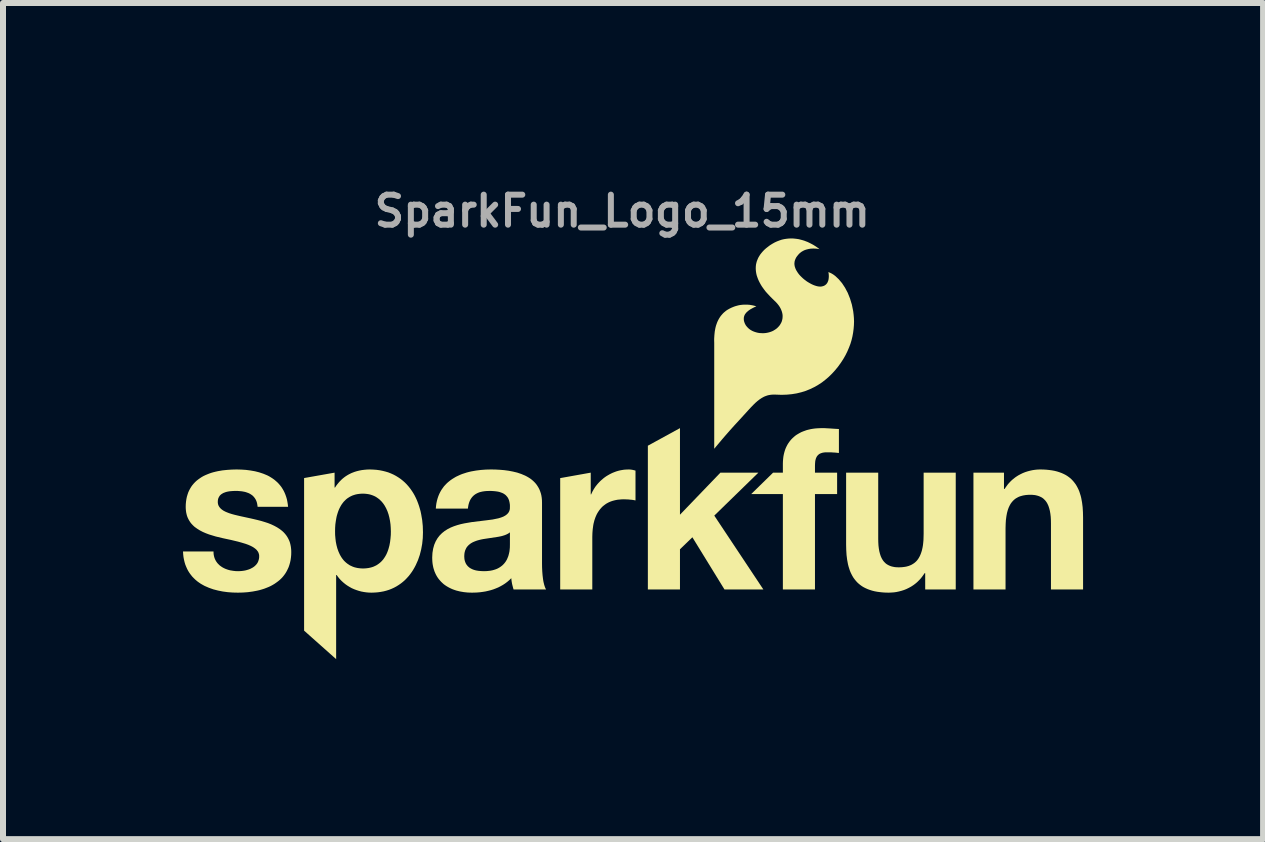
<source format=kicad_pcb>
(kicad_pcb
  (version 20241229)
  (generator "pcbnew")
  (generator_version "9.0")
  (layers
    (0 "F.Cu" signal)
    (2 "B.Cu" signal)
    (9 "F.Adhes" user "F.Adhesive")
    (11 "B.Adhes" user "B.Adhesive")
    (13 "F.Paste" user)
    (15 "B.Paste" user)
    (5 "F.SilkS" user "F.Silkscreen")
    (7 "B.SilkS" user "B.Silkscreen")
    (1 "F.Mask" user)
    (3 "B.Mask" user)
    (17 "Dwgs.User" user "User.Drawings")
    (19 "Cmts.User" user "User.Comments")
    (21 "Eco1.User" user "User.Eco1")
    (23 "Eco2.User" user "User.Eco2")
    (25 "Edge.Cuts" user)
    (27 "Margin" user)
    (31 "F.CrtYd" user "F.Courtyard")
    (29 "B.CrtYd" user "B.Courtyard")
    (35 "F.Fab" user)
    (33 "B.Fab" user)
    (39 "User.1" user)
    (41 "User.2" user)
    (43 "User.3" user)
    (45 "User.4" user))
  (footprint "SparkFun_Logo_15mm"
    (layer "F.Cu")
    (at 7.321 5.792)
    (property "Reference" "SparkFun_Logo_15mm" (at 0 -5.324 0) (layer "F.Fab") (effects (font (size 0.5 0.5) (thickness 0.1))))
    (attr board_only exclude_from_pos_files exclude_from_bom)
    (fp_poly (pts (xy 0.961 -0.264) (xy 1.635 -0.965) (xy 2.268 -0.965) (xy 1.533 -0.249) (xy 2.351 0.982) (xy 1.703 0.982) (xy 1.168 0.112) (xy 0.961 0.312) (xy 0.961 0.982) (xy 0.426 0.982) (xy 0.426 -1.414) (xy 0.961 -1.707)) (stroke (width 0) (type solid)) (fill yes) (layer "F.SilkS"))
    (fp_poly (pts (xy 0.11 -1.018) (xy 0.118 -1.018) (xy 0.126 -1.017) (xy 0.133 -1.017) (xy 0.148 -1.015) (xy 0.163 -1.013) (xy 0.177 -1.01) (xy 0.191 -1.007) (xy 0.206 -1.003) (xy 0.22 -0.999) (xy 0.22 -0.502) (xy 0.2 -0.506) (xy 0.178 -0.51) (xy 0.154 -0.513) (xy 0.129 -0.515) (xy 0.104 -0.518) (xy 0.078 -0.519) (xy 0.052 -0.52) (xy 0.027 -0.521) (xy -0.009 -0.52) (xy -0.044 -0.517) (xy -0.077 -0.514) (xy -0.109 -0.508) (xy -0.139 -0.501) (xy -0.168 -0.493) (xy -0.196 -0.483) (xy -0.222 -0.472) (xy -0.247 -0.459) (xy -0.27 -0.446) (xy -0.292 -0.43) (xy -0.313 -0.414) (xy -0.333 -0.397) (xy -0.351 -0.378) (xy -0.368 -0.359) (xy -0.384 -0.338) (xy -0.399 -0.316) (xy -0.413 -0.294) (xy -0.426 -0.27) (xy -0.437 -0.246) (xy -0.448 -0.22) (xy -0.457 -0.194) (xy -0.466 -0.167) (xy -0.473 -0.139) (xy -0.48 -0.111) (xy -0.485 -0.082) (xy -0.493 -0.022) (xy -0.498 0.04) (xy -0.5 0.105) (xy -0.5 0.982) (xy -1.035 0.982) (xy -1.035 -0.874) (xy -0.526 -0.965) (xy -0.526 -0.603) (xy -0.519 -0.603) (xy -0.509 -0.626) (xy -0.498 -0.649) (xy -0.486 -0.67) (xy -0.474 -0.692) (xy -0.461 -0.712) (xy -0.447 -0.733) (xy -0.432 -0.752) (xy -0.416 -0.772) (xy -0.4 -0.79) (xy -0.383 -0.808) (xy -0.366 -0.826) (xy -0.348 -0.842) (xy -0.329 -0.858) (xy -0.31 -0.874) (xy -0.29 -0.889) (xy -0.27 -0.903) (xy -0.249 -0.916) (xy -0.228 -0.928) (xy -0.207 -0.94) (xy -0.185 -0.951) (xy -0.162 -0.962) (xy -0.139 -0.971) (xy -0.116 -0.98) (xy -0.093 -0.988) (xy -0.069 -0.995) (xy -0.045 -1.001) (xy -0.021 -1.006) (xy 0.003 -1.01) (xy 0.028 -1.014) (xy 0.053 -1.016) (xy 0.078 -1.017) (xy 0.103 -1.018)) (stroke (width 0) (type solid)) (fill yes) (layer "F.SilkS"))
    (fp_poly (pts (xy 3.363 -1.707) (xy 3.399 -1.705) (xy 3.435 -1.703) (xy 3.47 -1.701) (xy 3.541 -1.696) (xy 3.576 -1.694) (xy 3.61 -1.692) (xy 3.61 -1.293) (xy 3.586 -1.295) (xy 3.562 -1.298) (xy 3.537 -1.3) (xy 3.512 -1.301) (xy 3.488 -1.303) (xy 3.463 -1.304) (xy 3.439 -1.304) (xy 3.415 -1.304) (xy 3.388 -1.304) (xy 3.376 -1.303) (xy 3.364 -1.301) (xy 3.352 -1.3) (xy 3.341 -1.298) (xy 3.331 -1.295) (xy 3.321 -1.292) (xy 3.311 -1.289) (xy 3.302 -1.285) (xy 3.294 -1.281) (xy 3.285 -1.277) (xy 3.278 -1.272) (xy 3.271 -1.266) (xy 3.264 -1.26) (xy 3.258 -1.254) (xy 3.252 -1.247) (xy 3.246 -1.24) (xy 3.241 -1.232) (xy 3.237 -1.223) (xy 3.232 -1.215) (xy 3.228 -1.205) (xy 3.225 -1.195) (xy 3.222 -1.185) (xy 3.219 -1.174) (xy 3.217 -1.163) (xy 3.215 -1.151) (xy 3.214 -1.138) (xy 3.212 -1.111) (xy 3.211 -1.082) (xy 3.211 -0.965) (xy 3.58 -0.965) (xy 3.58 -0.608) (xy 3.211 -0.608) (xy 3.211 0.982) (xy 2.676 0.982) (xy 2.676 -0.608) (xy 2.148 -0.608) (xy 2.513 -0.965) (xy 2.676 -0.965) (xy 2.676 -1.116) (xy 2.677 -1.148) (xy 2.679 -1.179) (xy 2.682 -1.21) (xy 2.686 -1.24) (xy 2.692 -1.27) (xy 2.699 -1.299) (xy 2.707 -1.327) (xy 2.716 -1.354) (xy 2.727 -1.381) (xy 2.739 -1.406) (xy 2.752 -1.431) (xy 2.767 -1.455) (xy 2.783 -1.478) (xy 2.8 -1.5) (xy 2.818 -1.521) (xy 2.838 -1.541) (xy 2.859 -1.56) (xy 2.881 -1.579) (xy 2.905 -1.596) (xy 2.93 -1.611) (xy 2.956 -1.626) (xy 2.983 -1.64) (xy 3.012 -1.652) (xy 3.042 -1.663) (xy 3.073 -1.674) (xy 3.105 -1.682) (xy 3.139 -1.69) (xy 3.174 -1.696) (xy 3.211 -1.701) (xy 3.248 -1.704) (xy 3.287 -1.706) (xy 3.328 -1.707)) (stroke (width 0) (type solid)) (fill yes) (layer "F.SilkS"))
    (fp_poly (pts (xy 4.265 0.134) (xy 4.266 0.193) (xy 4.269 0.247) (xy 4.275 0.298) (xy 4.283 0.344) (xy 4.294 0.387) (xy 4.307 0.427) (xy 4.315 0.445) (xy 4.323 0.462) (xy 4.332 0.478) (xy 4.342 0.494) (xy 4.352 0.508) (xy 4.364 0.522) (xy 4.376 0.534) (xy 4.388 0.546) (xy 4.402 0.557) (xy 4.416 0.566) (xy 4.432 0.575) (xy 4.448 0.583) (xy 4.465 0.59) (xy 4.482 0.596) (xy 4.501 0.601) (xy 4.52 0.605) (xy 4.541 0.609) (xy 4.562 0.611) (xy 4.584 0.612) (xy 4.607 0.613) (xy 4.634 0.612) (xy 4.66 0.611) (xy 4.685 0.608) (xy 4.709 0.605) (xy 4.732 0.601) (xy 4.754 0.595) (xy 4.775 0.589) (xy 4.795 0.581) (xy 4.814 0.573) (xy 4.832 0.563) (xy 4.85 0.552) (xy 4.866 0.541) (xy 4.882 0.528) (xy 4.897 0.514) (xy 4.911 0.499) (xy 4.924 0.482) (xy 4.936 0.465) (xy 4.947 0.446) (xy 4.958 0.426) (xy 4.967 0.406) (xy 4.976 0.383) (xy 4.984 0.36) (xy 4.992 0.335) (xy 4.998 0.309) (xy 5.004 0.282) (xy 5.009 0.254) (xy 5.013 0.224) (xy 5.016 0.193) (xy 5.019 0.161) (xy 5.02 0.127) (xy 5.022 0.055) (xy 5.022 -0.965) (xy 5.557 -0.965) (xy 5.557 0.982) (xy 5.048 0.982) (xy 5.048 0.711) (xy 5.037 0.711) (xy 5.024 0.731) (xy 5.01 0.751) (xy 4.996 0.77) (xy 4.982 0.788) (xy 4.967 0.806) (xy 4.951 0.823) (xy 4.935 0.839) (xy 4.919 0.855) (xy 4.902 0.87) (xy 4.885 0.884) (xy 4.867 0.898) (xy 4.849 0.911) (xy 4.812 0.935) (xy 4.773 0.956) (xy 4.734 0.975) (xy 4.694 0.991) (xy 4.653 1.004) (xy 4.611 1.015) (xy 4.569 1.024) (xy 4.527 1.03) (xy 4.484 1.033) (xy 4.442 1.035) (xy 4.39 1.034) (xy 4.34 1.031) (xy 4.293 1.026) (xy 4.248 1.02) (xy 4.205 1.012) (xy 4.165 1.002) (xy 4.127 0.99) (xy 4.091 0.977) (xy 4.057 0.962) (xy 4.025 0.946) (xy 3.995 0.928) (xy 3.967 0.908) (xy 3.941 0.887) (xy 3.916 0.864) (xy 3.894 0.84) (xy 3.873 0.814) (xy 3.853 0.787) (xy 3.836 0.759) (xy 3.82 0.729) (xy 3.805 0.698) (xy 3.792 0.666) (xy 3.781 0.632) (xy 3.77 0.597) (xy 3.761 0.561) (xy 3.747 0.486) (xy 3.737 0.406) (xy 3.732 0.321) (xy 3.73 0.233) (xy 3.73 -0.965) (xy 4.265 -0.965)) (stroke (width 0) (type solid)) (fill yes) (layer "F.SilkS"))
    (fp_poly (pts (xy 7.019 -1.017) (xy 7.069 -1.014) (xy 7.116 -1.009) (xy 7.161 -1.003) (xy 7.204 -0.995) (xy 7.244 -0.985) (xy 7.282 -0.973) (xy 7.318 -0.96) (xy 7.352 -0.945) (xy 7.384 -0.929) (xy 7.414 -0.911) (xy 7.442 -0.891) (xy 7.469 -0.87) (xy 7.493 -0.847) (xy 7.515 -0.823) (xy 7.536 -0.797) (xy 7.556 -0.77) (xy 7.573 -0.742) (xy 7.589 -0.712) (xy 7.604 -0.681) (xy 7.617 -0.649) (xy 7.628 -0.615) (xy 7.639 -0.58) (xy 7.648 -0.544) (xy 7.662 -0.469) (xy 7.672 -0.389) (xy 7.677 -0.304) (xy 7.679 -0.216) (xy 7.679 0.982) (xy 7.144 0.982) (xy 7.144 -0.118) (xy 7.143 -0.176) (xy 7.14 -0.23) (xy 7.134 -0.281) (xy 7.126 -0.327) (xy 7.115 -0.37) (xy 7.102 -0.41) (xy 7.094 -0.428) (xy 7.086 -0.445) (xy 7.077 -0.462) (xy 7.067 -0.477) (xy 7.057 -0.491) (xy 7.045 -0.505) (xy 7.033 -0.517) (xy 7.021 -0.529) (xy 7.007 -0.54) (xy 6.993 -0.55) (xy 6.977 -0.558) (xy 6.961 -0.566) (xy 6.944 -0.573) (xy 6.927 -0.579) (xy 6.908 -0.584) (xy 6.888 -0.589) (xy 6.868 -0.592) (xy 6.847 -0.594) (xy 6.824 -0.596) (xy 6.801 -0.596) (xy 6.775 -0.596) (xy 6.749 -0.594) (xy 6.724 -0.592) (xy 6.7 -0.588) (xy 6.677 -0.584) (xy 6.655 -0.578) (xy 6.634 -0.572) (xy 6.614 -0.565) (xy 6.595 -0.556) (xy 6.577 -0.546) (xy 6.559 -0.536) (xy 6.543 -0.524) (xy 6.527 -0.511) (xy 6.513 -0.497) (xy 6.499 -0.482) (xy 6.486 -0.466) (xy 6.473 -0.448) (xy 6.462 -0.429) (xy 6.452 -0.41) (xy 6.442 -0.389) (xy 6.433 -0.366) (xy 6.425 -0.343) (xy 6.418 -0.318) (xy 6.411 -0.292) (xy 6.406 -0.265) (xy 6.401 -0.237) (xy 6.397 -0.207) (xy 6.393 -0.176) (xy 6.391 -0.144) (xy 6.389 -0.11) (xy 6.387 -0.038) (xy 6.387 0.982) (xy 5.852 0.982) (xy 5.852 -0.965) (xy 6.361 -0.965) (xy 6.361 -0.694) (xy 6.372 -0.694) (xy 6.385 -0.714) (xy 6.399 -0.734) (xy 6.413 -0.753) (xy 6.427 -0.772) (xy 6.442 -0.789) (xy 6.458 -0.806) (xy 6.474 -0.823) (xy 6.49 -0.838) (xy 6.507 -0.853) (xy 6.525 -0.867) (xy 6.542 -0.881) (xy 6.56 -0.894) (xy 6.597 -0.918) (xy 6.636 -0.939) (xy 6.675 -0.958) (xy 6.715 -0.974) (xy 6.756 -0.987) (xy 6.798 -0.998) (xy 6.84 -1.007) (xy 6.882 -1.013) (xy 6.925 -1.017) (xy 6.967 -1.018)) (stroke (width 0) (type solid)) (fill yes) (layer "F.SilkS"))
    (fp_poly (pts (xy -4.151 -1.016) (xy -4.097 -1.012) (xy -4.044 -1.005) (xy -3.994 -0.995) (xy -3.946 -0.983) (xy -3.899 -0.969) (xy -3.854 -0.951) (xy -3.812 -0.932) (xy -3.771 -0.91) (xy -3.732 -0.886) (xy -3.694 -0.86) (xy -3.659 -0.832) (xy -3.626 -0.803) (xy -3.594 -0.771) (xy -3.564 -0.737) (xy -3.536 -0.702) (xy -3.51 -0.665) (xy -3.485 -0.627) (xy -3.462 -0.587) (xy -3.441 -0.545) (xy -3.422 -0.503) (xy -3.405 -0.459) (xy -3.389 -0.414) (xy -3.375 -0.368) (xy -3.362 -0.321) (xy -3.352 -0.273) (xy -3.335 -0.175) (xy -3.325 -0.074) (xy -3.322 0.029) (xy -3.325 0.126) (xy -3.335 0.222) (xy -3.352 0.315) (xy -3.375 0.406) (xy -3.405 0.493) (xy -3.442 0.576) (xy -3.463 0.616) (xy -3.485 0.654) (xy -3.509 0.691) (xy -3.535 0.727) (xy -3.562 0.761) (xy -3.592 0.794) (xy -3.622 0.825) (xy -3.655 0.854) (xy -3.689 0.881) (xy -3.725 0.906) (xy -3.763 0.93) (xy -3.802 0.951) (xy -3.843 0.97) (xy -3.886 0.987) (xy -3.93 1.001) (xy -3.976 1.013) (xy -4.024 1.022) (xy -4.073 1.029) (xy -4.124 1.033) (xy -4.177 1.035) (xy -4.221 1.034) (xy -4.265 1.03) (xy -4.308 1.024) (xy -4.35 1.016) (xy -4.391 1.005) (xy -4.431 0.992) (xy -4.471 0.977) (xy -4.509 0.96) (xy -4.545 0.94) (xy -4.581 0.918) (xy -4.615 0.894) (xy -4.647 0.868) (xy -4.678 0.84) (xy -4.708 0.809) (xy -4.735 0.776) (xy -4.761 0.741) (xy -4.769 0.741) (xy -4.769 2.143) (xy -5.303 1.668) (xy -5.303 0.014) (xy -4.787 0.014) (xy -4.786 0.073) (xy -4.781 0.131) (xy -4.774 0.189) (xy -4.763 0.244) (xy -4.749 0.297) (xy -4.731 0.348) (xy -4.709 0.397) (xy -4.697 0.419) (xy -4.684 0.441) (xy -4.67 0.462) (xy -4.654 0.483) (xy -4.638 0.502) (xy -4.62 0.52) (xy -4.602 0.536) (xy -4.582 0.552) (xy -4.561 0.566) (xy -4.54 0.58) (xy -4.516 0.591) (xy -4.492 0.602) (xy -4.467 0.611) (xy -4.44 0.618) (xy -4.412 0.624) (xy -4.383 0.628) (xy -4.352 0.631) (xy -4.32 0.632) (xy -4.288 0.631) (xy -4.257 0.628) (xy -4.228 0.624) (xy -4.2 0.618) (xy -4.173 0.611) (xy -4.147 0.602) (xy -4.123 0.591) (xy -4.1 0.58) (xy -4.078 0.566) (xy -4.058 0.552) (xy -4.038 0.536) (xy -4.02 0.52) (xy -4.003 0.502) (xy -3.986 0.483) (xy -3.971 0.462) (xy -3.957 0.441) (xy -3.944 0.419) (xy -3.932 0.397) (xy -3.921 0.373) (xy -3.911 0.348) (xy -3.902 0.323) (xy -3.894 0.297) (xy -3.887 0.271) (xy -3.88 0.244) (xy -3.87 0.189) (xy -3.863 0.131) (xy -3.858 0.073) (xy -3.857 0.014) (xy -3.859 -0.044) (xy -3.863 -0.103) (xy -3.871 -0.16) (xy -3.882 -0.216) (xy -3.896 -0.27) (xy -3.914 -0.322) (xy -3.936 -0.371) (xy -3.949 -0.395) (xy -3.962 -0.418) (xy -3.976 -0.439) (xy -3.992 -0.46) (xy -4.008 -0.48) (xy -4.026 -0.498) (xy -4.044 -0.516) (xy -4.064 -0.532) (xy -4.085 -0.547) (xy -4.106 -0.561) (xy -4.129 -0.573) (xy -4.154 -0.584) (xy -4.179 -0.593) (xy -4.205 -0.601) (xy -4.233 -0.607) (xy -4.262 -0.611) (xy -4.292 -0.614) (xy -4.324 -0.615) (xy -4.356 -0.614) (xy -4.387 -0.611) (xy -4.416 -0.607) (xy -4.444 -0.601) (xy -4.471 -0.593) (xy -4.497 -0.584) (xy -4.521 -0.573) (xy -4.544 -0.561) (xy -4.566 -0.547) (xy -4.587 -0.533) (xy -4.606 -0.517) (xy -4.624 -0.499) (xy -4.642 -0.481) (xy -4.658 -0.461) (xy -4.673 -0.441) (xy -4.687 -0.419) (xy -4.7 -0.396) (xy -4.712 -0.373) (xy -4.723 -0.349) (xy -4.733 -0.324) (xy -4.742 -0.298) (xy -4.75 -0.272) (xy -4.758 -0.245) (xy -4.764 -0.218) (xy -4.774 -0.161) (xy -4.782 -0.104) (xy -4.786 -0.045) (xy -4.787 0.014) (xy -5.303 0.014) (xy -5.303 -0.875) (xy -4.795 -0.965) (xy -4.795 -0.717) (xy -4.787 -0.717) (xy -4.775 -0.736) (xy -4.762 -0.755) (xy -4.748 -0.773) (xy -4.734 -0.79) (xy -4.72 -0.807) (xy -4.705 -0.823) (xy -4.69 -0.838) (xy -4.675 -0.853) (xy -4.659 -0.867) (xy -4.643 -0.88) (xy -4.626 -0.893) (xy -4.609 -0.905) (xy -4.592 -0.916) (xy -4.574 -0.927) (xy -4.556 -0.937) (xy -4.538 -0.946) (xy -4.52 -0.955) (xy -4.501 -0.963) (xy -4.462 -0.978) (xy -4.422 -0.99) (xy -4.381 -1) (xy -4.339 -1.008) (xy -4.296 -1.013) (xy -4.252 -1.017) (xy -4.207 -1.018)) (stroke (width 0) (type solid)) (fill yes) (layer "F.SilkS"))
    (fp_poly (pts (xy -2.119 -1.017) (xy -2.045 -1.013) (xy -1.97 -1.007) (xy -1.896 -0.997) (xy -1.823 -0.983) (xy -1.752 -0.966) (xy -1.684 -0.943) (xy -1.62 -0.916) (xy -1.589 -0.9) (xy -1.56 -0.883) (xy -1.532 -0.865) (xy -1.506 -0.845) (xy -1.481 -0.823) (xy -1.458 -0.8) (xy -1.436 -0.775) (xy -1.417 -0.748) (xy -1.399 -0.719) (xy -1.383 -0.689) (xy -1.37 -0.657) (xy -1.358 -0.622) (xy -1.349 -0.586) (xy -1.343 -0.548) (xy -1.339 -0.507) (xy -1.338 -0.464) (xy -1.338 0.549) (xy -1.337 0.615) (xy -1.334 0.68) (xy -1.329 0.743) (xy -1.322 0.802) (xy -1.318 0.83) (xy -1.313 0.857) (xy -1.307 0.882) (xy -1.301 0.906) (xy -1.294 0.928) (xy -1.287 0.948) (xy -1.279 0.966) (xy -1.27 0.982) (xy -1.812 0.982) (xy -1.819 0.959) (xy -1.825 0.936) (xy -1.831 0.913) (xy -1.837 0.889) (xy -1.841 0.866) (xy -1.845 0.842) (xy -1.848 0.818) (xy -1.85 0.794) (xy -1.883 0.826) (xy -1.917 0.855) (xy -1.953 0.882) (xy -1.99 0.906) (xy -2.029 0.928) (xy -2.068 0.948) (xy -2.109 0.965) (xy -2.151 0.981) (xy -2.193 0.994) (xy -2.237 1.005) (xy -2.281 1.015) (xy -2.325 1.022) (xy -2.37 1.028) (xy -2.415 1.032) (xy -2.46 1.034) (xy -2.506 1.035) (xy -2.574 1.033) (xy -2.641 1.026) (xy -2.705 1.015) (xy -2.766 1) (xy -2.796 0.99) (xy -2.824 0.98) (xy -2.852 0.968) (xy -2.879 0.955) (xy -2.905 0.941) (xy -2.93 0.926) (xy -2.954 0.91) (xy -2.977 0.893) (xy -2.998 0.874) (xy -3.019 0.854) (xy -3.038 0.833) (xy -3.057 0.811) (xy -3.074 0.788) (xy -3.09 0.763) (xy -3.104 0.738) (xy -3.117 0.711) (xy -3.129 0.683) (xy -3.139 0.653) (xy -3.148 0.623) (xy -3.155 0.591) (xy -3.161 0.558) (xy -3.165 0.523) (xy -3.167 0.488) (xy -3.168 0.451) (xy -3.167 0.429) (xy -2.634 0.429) (xy -2.633 0.446) (xy -2.632 0.464) (xy -2.63 0.48) (xy -2.627 0.495) (xy -2.623 0.51) (xy -2.618 0.524) (xy -2.613 0.537) (xy -2.607 0.55) (xy -2.6 0.562) (xy -2.592 0.573) (xy -2.584 0.583) (xy -2.576 0.593) (xy -2.566 0.602) (xy -2.556 0.611) (xy -2.546 0.619) (xy -2.535 0.626) (xy -2.523 0.633) (xy -2.511 0.639) (xy -2.499 0.645) (xy -2.486 0.65) (xy -2.472 0.655) (xy -2.459 0.659) (xy -2.444 0.663) (xy -2.43 0.666) (xy -2.4 0.671) (xy -2.369 0.674) (xy -2.338 0.676) (xy -2.305 0.677) (xy -2.267 0.676) (xy -2.232 0.673) (xy -2.198 0.669) (xy -2.167 0.663) (xy -2.138 0.655) (xy -2.11 0.646) (xy -2.085 0.636) (xy -2.062 0.624) (xy -2.04 0.611) (xy -2.02 0.597) (xy -2.002 0.583) (xy -1.985 0.567) (xy -1.97 0.551) (xy -1.956 0.534) (xy -1.943 0.516) (xy -1.932 0.498) (xy -1.922 0.48) (xy -1.914 0.461) (xy -1.906 0.442) (xy -1.899 0.424) (xy -1.889 0.386) (xy -1.881 0.35) (xy -1.877 0.315) (xy -1.874 0.283) (xy -1.873 0.229) (xy -1.873 0.029) (xy -1.881 0.036) (xy -1.891 0.043) (xy -1.901 0.05) (xy -1.911 0.055) (xy -1.933 0.066) (xy -1.957 0.076) (xy -1.982 0.084) (xy -2.009 0.092) (xy -2.037 0.098) (xy -2.067 0.104) (xy -2.317 0.142) (xy -2.348 0.148) (xy -2.378 0.155) (xy -2.408 0.163) (xy -2.436 0.172) (xy -2.464 0.183) (xy -2.49 0.194) (xy -2.515 0.208) (xy -2.526 0.215) (xy -2.537 0.223) (xy -2.548 0.232) (xy -2.558 0.24) (xy -2.568 0.25) (xy -2.577 0.26) (xy -2.586 0.27) (xy -2.594 0.281) (xy -2.601 0.293) (xy -2.607 0.305) (xy -2.613 0.318) (xy -2.619 0.332) (xy -2.623 0.346) (xy -2.627 0.361) (xy -2.63 0.377) (xy -2.632 0.393) (xy -2.633 0.411) (xy -2.634 0.429) (xy -3.167 0.429) (xy -3.164 0.372) (xy -3.152 0.3) (xy -3.134 0.236) (xy -3.109 0.178) (xy -3.079 0.127) (xy -3.044 0.082) (xy -3.004 0.042) (xy -2.96 0.007) (xy -2.911 -0.024) (xy -2.86 -0.05) (xy -2.806 -0.072) (xy -2.749 -0.091) (xy -2.691 -0.107) (xy -2.631 -0.12) (xy -2.509 -0.141) (xy -2.271 -0.17) (xy -2.162 -0.184) (xy -2.065 -0.204) (xy -2.022 -0.217) (xy -1.983 -0.232) (xy -1.95 -0.25) (xy -1.922 -0.271) (xy -1.899 -0.296) (xy -1.883 -0.325) (xy -1.874 -0.358) (xy -1.873 -0.396) (xy -1.873 -0.417) (xy -1.874 -0.436) (xy -1.877 -0.455) (xy -1.88 -0.473) (xy -1.884 -0.489) (xy -1.888 -0.505) (xy -1.894 -0.519) (xy -1.9 -0.533) (xy -1.907 -0.546) (xy -1.915 -0.558) (xy -1.924 -0.569) (xy -1.933 -0.579) (xy -1.942 -0.589) (xy -1.953 -0.598) (xy -1.964 -0.606) (xy -1.975 -0.613) (xy -1.987 -0.62) (xy -2 -0.626) (xy -2.013 -0.631) (xy -2.027 -0.636) (xy -2.041 -0.641) (xy -2.055 -0.645) (xy -2.07 -0.648) (xy -2.086 -0.651) (xy -2.117 -0.655) (xy -2.15 -0.658) (xy -2.184 -0.66) (xy -2.219 -0.66) (xy -2.257 -0.659) (xy -2.293 -0.656) (xy -2.327 -0.651) (xy -2.359 -0.644) (xy -2.374 -0.64) (xy -2.389 -0.635) (xy -2.403 -0.629) (xy -2.417 -0.623) (xy -2.43 -0.616) (xy -2.443 -0.609) (xy -2.455 -0.601) (xy -2.467 -0.592) (xy -2.478 -0.583) (xy -2.488 -0.573) (xy -2.498 -0.563) (xy -2.507 -0.552) (xy -2.516 -0.54) (xy -2.524 -0.528) (xy -2.532 -0.515) (xy -2.539 -0.501) (xy -2.545 -0.487) (xy -2.551 -0.472) (xy -2.556 -0.456) (xy -2.561 -0.439) (xy -2.565 -0.422) (xy -2.568 -0.404) (xy -2.571 -0.386) (xy -2.573 -0.366) (xy -3.108 -0.366) (xy -3.104 -0.412) (xy -3.098 -0.455) (xy -3.089 -0.497) (xy -3.078 -0.537) (xy -3.065 -0.575) (xy -3.05 -0.611) (xy -3.033 -0.645) (xy -3.014 -0.678) (xy -2.993 -0.708) (xy -2.971 -0.738) (xy -2.946 -0.765) (xy -2.921 -0.791) (xy -2.893 -0.815) (xy -2.864 -0.838) (xy -2.834 -0.859) (xy -2.803 -0.878) (xy -2.771 -0.897) (xy -2.737 -0.913) (xy -2.702 -0.929) (xy -2.667 -0.943) (xy -2.63 -0.955) (xy -2.593 -0.967) (xy -2.555 -0.977) (xy -2.516 -0.986) (xy -2.437 -1) (xy -2.356 -1.01) (xy -2.275 -1.016) (xy -2.193 -1.018)) (stroke (width 0) (type solid)) (fill yes) (layer "F.SilkS"))
    (fp_poly (pts (xy -6.35 -1.016) (xy -6.272 -1.011) (xy -6.196 -1.001) (xy -6.122 -0.988) (xy -6.051 -0.97) (xy -5.982 -0.947) (xy -5.917 -0.92) (xy -5.886 -0.904) (xy -5.856 -0.886) (xy -5.828 -0.868) (xy -5.8 -0.848) (xy -5.774 -0.826) (xy -5.748 -0.803) (xy -5.725 -0.779) (xy -5.702 -0.752) (xy -5.681 -0.725) (xy -5.662 -0.695) (xy -5.644 -0.664) (xy -5.628 -0.631) (xy -5.614 -0.597) (xy -5.601 -0.56) (xy -5.59 -0.522) (xy -5.582 -0.482) (xy -5.575 -0.44) (xy -5.57 -0.396) (xy -6.078 -0.396) (xy -6.08 -0.415) (xy -6.083 -0.433) (xy -6.086 -0.451) (xy -6.09 -0.467) (xy -6.095 -0.483) (xy -6.101 -0.498) (xy -6.107 -0.512) (xy -6.115 -0.525) (xy -6.122 -0.537) (xy -6.131 -0.549) (xy -6.14 -0.56) (xy -6.15 -0.571) (xy -6.16 -0.581) (xy -6.171 -0.59) (xy -6.183 -0.598) (xy -6.195 -0.606) (xy -6.207 -0.613) (xy -6.22 -0.62) (xy -6.234 -0.626) (xy -6.248 -0.631) (xy -6.262 -0.636) (xy -6.277 -0.641) (xy -6.292 -0.645) (xy -6.308 -0.648) (xy -6.34 -0.654) (xy -6.373 -0.657) (xy -6.408 -0.66) (xy -6.444 -0.66) (xy -6.467 -0.66) (xy -6.491 -0.659) (xy -6.516 -0.657) (xy -6.541 -0.655) (xy -6.566 -0.651) (xy -6.591 -0.646) (xy -6.615 -0.639) (xy -6.638 -0.63) (xy -6.649 -0.626) (xy -6.659 -0.62) (xy -6.669 -0.614) (xy -6.679 -0.608) (xy -6.688 -0.601) (xy -6.697 -0.593) (xy -6.705 -0.585) (xy -6.712 -0.576) (xy -6.718 -0.566) (xy -6.724 -0.556) (xy -6.729 -0.545) (xy -6.734 -0.533) (xy -6.737 -0.521) (xy -6.739 -0.508) (xy -6.741 -0.494) (xy -6.741 -0.479) (xy -6.741 -0.462) (xy -6.738 -0.445) (xy -6.734 -0.429) (xy -6.728 -0.414) (xy -6.72 -0.4) (xy -6.711 -0.387) (xy -6.701 -0.375) (xy -6.689 -0.363) (xy -6.676 -0.352) (xy -6.661 -0.341) (xy -6.646 -0.331) (xy -6.629 -0.322) (xy -6.611 -0.313) (xy -6.592 -0.305) (xy -6.572 -0.297) (xy -6.551 -0.289) (xy -6.507 -0.275) (xy -6.459 -0.262) (xy -6.409 -0.25) (xy -6.357 -0.238) (xy -6.247 -0.214) (xy -6.191 -0.202) (xy -6.135 -0.189) (xy -6.076 -0.175) (xy -6.018 -0.16) (xy -5.962 -0.143) (xy -5.906 -0.125) (xy -5.853 -0.104) (xy -5.802 -0.08) (xy -5.754 -0.054) (xy -5.709 -0.025) (xy -5.688 -0.009) (xy -5.667 0.008) (xy -5.648 0.025) (xy -5.63 0.044) (xy -5.613 0.064) (xy -5.597 0.085) (xy -5.583 0.106) (xy -5.57 0.129) (xy -5.558 0.153) (xy -5.547 0.178) (xy -5.538 0.205) (xy -5.531 0.233) (xy -5.525 0.262) (xy -5.521 0.292) (xy -5.518 0.324) (xy -5.517 0.357) (xy -5.518 0.404) (xy -5.522 0.449) (xy -5.528 0.492) (xy -5.537 0.533) (xy -5.548 0.572) (xy -5.561 0.61) (xy -5.577 0.645) (xy -5.594 0.679) (xy -5.613 0.711) (xy -5.634 0.741) (xy -5.657 0.77) (xy -5.682 0.797) (xy -5.708 0.822) (xy -5.736 0.845) (xy -5.766 0.867) (xy -5.796 0.888) (xy -5.828 0.907) (xy -5.861 0.925) (xy -5.896 0.941) (xy -5.931 0.955) (xy -5.967 0.969) (xy -6.005 0.981) (xy -6.043 0.992) (xy -6.081 1.001) (xy -6.16 1.016) (xy -6.241 1.027) (xy -6.324 1.033) (xy -6.406 1.035) (xy -6.491 1.033) (xy -6.574 1.027) (xy -6.657 1.016) (xy -6.737 1) (xy -6.815 0.98) (xy -6.889 0.954) (xy -6.96 0.923) (xy -6.993 0.905) (xy -7.026 0.886) (xy -7.057 0.865) (xy -7.087 0.843) (xy -7.115 0.819) (xy -7.142 0.793) (xy -7.168 0.766) (xy -7.191 0.737) (xy -7.213 0.707) (xy -7.234 0.674) (xy -7.252 0.64) (xy -7.268 0.604) (xy -7.283 0.567) (xy -7.295 0.527) (xy -7.305 0.485) (xy -7.313 0.442) (xy -7.318 0.397) (xy -7.321 0.349) (xy -6.813 0.349) (xy -6.812 0.37) (xy -6.811 0.391) (xy -6.808 0.41) (xy -6.804 0.429) (xy -6.799 0.447) (xy -6.793 0.465) (xy -6.786 0.481) (xy -6.778 0.497) (xy -6.769 0.513) (xy -6.759 0.527) (xy -6.749 0.541) (xy -6.737 0.554) (xy -6.725 0.566) (xy -6.713 0.578) (xy -6.699 0.589) (xy -6.685 0.599) (xy -6.67 0.609) (xy -6.655 0.618) (xy -6.639 0.626) (xy -6.623 0.634) (xy -6.606 0.641) (xy -6.589 0.647) (xy -6.572 0.653) (xy -6.554 0.658) (xy -6.535 0.663) (xy -6.517 0.666) (xy -6.479 0.672) (xy -6.441 0.676) (xy -6.402 0.677) (xy -6.373 0.676) (xy -6.344 0.674) (xy -6.314 0.67) (xy -6.284 0.665) (xy -6.254 0.657) (xy -6.225 0.648) (xy -6.197 0.637) (xy -6.171 0.623) (xy -6.158 0.616) (xy -6.146 0.608) (xy -6.134 0.599) (xy -6.123 0.59) (xy -6.113 0.58) (xy -6.103 0.57) (xy -6.094 0.559) (xy -6.085 0.547) (xy -6.078 0.535) (xy -6.071 0.522) (xy -6.066 0.508) (xy -6.061 0.493) (xy -6.057 0.478) (xy -6.054 0.463) (xy -6.052 0.446) (xy -6.052 0.429) (xy -6.052 0.414) (xy -6.054 0.399) (xy -6.058 0.386) (xy -6.062 0.372) (xy -6.068 0.36) (xy -6.075 0.347) (xy -6.084 0.336) (xy -6.093 0.324) (xy -6.104 0.313) (xy -6.116 0.303) (xy -6.129 0.293) (xy -6.143 0.283) (xy -6.159 0.273) (xy -6.176 0.264) (xy -6.193 0.255) (xy -6.212 0.247) (xy -6.232 0.238) (xy -6.254 0.23) (xy -6.276 0.222) (xy -6.299 0.215) (xy -6.349 0.2) (xy -6.403 0.185) (xy -6.461 0.171) (xy -6.523 0.156) (xy -6.589 0.142) (xy -6.658 0.127) (xy -6.775 0.099) (xy -6.831 0.082) (xy -6.887 0.065) (xy -6.94 0.045) (xy -6.991 0.023) (xy -7.039 -0.002) (xy -7.084 -0.03) (xy -7.105 -0.045) (xy -7.126 -0.06) (xy -7.145 -0.077) (xy -7.163 -0.095) (xy -7.18 -0.113) (xy -7.196 -0.133) (xy -7.21 -0.154) (xy -7.223 -0.175) (xy -7.235 -0.198) (xy -7.246 -0.222) (xy -7.255 -0.247) (xy -7.262 -0.274) (xy -7.268 -0.301) (xy -7.272 -0.33) (xy -7.275 -0.361) (xy -7.276 -0.392) (xy -7.275 -0.438) (xy -7.271 -0.481) (xy -7.265 -0.523) (xy -7.257 -0.562) (xy -7.246 -0.599) (xy -7.234 -0.635) (xy -7.219 -0.668) (xy -7.202 -0.7) (xy -7.184 -0.73) (xy -7.164 -0.758) (xy -7.142 -0.784) (xy -7.118 -0.809) (xy -7.093 -0.832) (xy -7.066 -0.853) (xy -7.038 -0.873) (xy -7.009 -0.892) (xy -6.979 -0.909) (xy -6.947 -0.924) (xy -6.914 -0.938) (xy -6.881 -0.951) (xy -6.846 -0.963) (xy -6.811 -0.973) (xy -6.774 -0.982) (xy -6.738 -0.99) (xy -6.662 -1.003) (xy -6.585 -1.011) (xy -6.507 -1.016) (xy -6.429 -1.018)) (stroke (width 0) (type solid)) (fill yes) (layer "F.SilkS"))
    (fp_poly (pts (xy 2.839 -4.868) (xy 2.873 -4.865) (xy 2.907 -4.861) (xy 2.94 -4.856) (xy 2.972 -4.848) (xy 3.002 -4.84) (xy 3.032 -4.831) (xy 3.06 -4.82) (xy 3.087 -4.81) (xy 3.112 -4.798) (xy 3.136 -4.786) (xy 3.18 -4.763) (xy 3.217 -4.74) (xy 3.247 -4.72) (xy 3.268 -4.704) (xy 3.287 -4.689) (xy 3.277 -4.691) (xy 3.25 -4.696) (xy 3.232 -4.698) (xy 3.21 -4.699) (xy 3.186 -4.7) (xy 3.16 -4.699) (xy 3.133 -4.697) (xy 3.104 -4.692) (xy 3.075 -4.685) (xy 3.061 -4.681) (xy 3.046 -4.676) (xy 3.031 -4.67) (xy 3.017 -4.663) (xy 3.003 -4.655) (xy 2.989 -4.647) (xy 2.975 -4.637) (xy 2.962 -4.626) (xy 2.949 -4.615) (xy 2.937 -4.602) (xy 2.922 -4.584) (xy 2.908 -4.566) (xy 2.896 -4.548) (xy 2.887 -4.529) (xy 2.883 -4.519) (xy 2.879 -4.51) (xy 2.876 -4.5) (xy 2.873 -4.49) (xy 2.871 -4.48) (xy 2.87 -4.47) (xy 2.869 -4.46) (xy 2.868 -4.45) (xy 2.869 -4.44) (xy 2.869 -4.429) (xy 2.871 -4.418) (xy 2.873 -4.408) (xy 2.875 -4.397) (xy 2.879 -4.386) (xy 2.883 -4.375) (xy 2.887 -4.363) (xy 2.892 -4.352) (xy 2.898 -4.34) (xy 2.905 -4.328) (xy 2.912 -4.317) (xy 2.92 -4.304) (xy 2.928 -4.292) (xy 2.947 -4.267) (xy 2.965 -4.247) (xy 2.985 -4.227) (xy 3.006 -4.207) (xy 3.029 -4.187) (xy 3.053 -4.169) (xy 3.077 -4.151) (xy 3.103 -4.135) (xy 3.129 -4.12) (xy 3.155 -4.106) (xy 3.181 -4.094) (xy 3.207 -4.084) (xy 3.232 -4.076) (xy 3.257 -4.07) (xy 3.269 -4.068) (xy 3.281 -4.067) (xy 3.293 -4.066) (xy 3.304 -4.066) (xy 3.315 -4.067) (xy 3.325 -4.068) (xy 3.34 -4.072) (xy 3.353 -4.076) (xy 3.365 -4.081) (xy 3.376 -4.087) (xy 3.385 -4.094) (xy 3.394 -4.101) (xy 3.402 -4.109) (xy 3.409 -4.118) (xy 3.415 -4.127) (xy 3.421 -4.137) (xy 3.425 -4.147) (xy 3.429 -4.157) (xy 3.433 -4.167) (xy 3.435 -4.178) (xy 3.438 -4.188) (xy 3.439 -4.199) (xy 3.441 -4.22) (xy 3.442 -4.24) (xy 3.441 -4.258) (xy 3.44 -4.274) (xy 3.438 -4.288) (xy 3.436 -4.298) (xy 3.434 -4.308) (xy 3.463 -4.296) (xy 3.492 -4.282) (xy 3.522 -4.263) (xy 3.551 -4.241) (xy 3.607 -4.188) (xy 3.662 -4.123) (xy 3.712 -4.047) (xy 3.757 -3.962) (xy 3.795 -3.867) (xy 3.826 -3.765) (xy 3.848 -3.656) (xy 3.855 -3.599) (xy 3.86 -3.542) (xy 3.862 -3.483) (xy 3.86 -3.423) (xy 3.855 -3.362) (xy 3.847 -3.3) (xy 3.836 -3.238) (xy 3.821 -3.175) (xy 3.802 -3.112) (xy 3.778 -3.049) (xy 3.751 -2.986) (xy 3.72 -2.923) (xy 3.684 -2.86) (xy 3.643 -2.797) (xy 3.597 -2.733) (xy 3.548 -2.673) (xy 3.497 -2.617) (xy 3.442 -2.563) (xy 3.385 -2.514) (xy 3.326 -2.468) (xy 3.263 -2.427) (xy 3.198 -2.39) (xy 3.129 -2.357) (xy 3.058 -2.328) (xy 2.984 -2.305) (xy 2.906 -2.286) (xy 2.826 -2.273) (xy 2.743 -2.265) (xy 2.656 -2.262) (xy 2.567 -2.265) (xy 2.543 -2.266) (xy 2.52 -2.266) (xy 2.498 -2.265) (xy 2.476 -2.263) (xy 2.456 -2.26) (xy 2.435 -2.256) (xy 2.416 -2.251) (xy 2.396 -2.244) (xy 2.377 -2.237) (xy 2.359 -2.229) (xy 2.341 -2.219) (xy 2.323 -2.209) (xy 2.288 -2.186) (xy 2.253 -2.159) (xy 2.219 -2.129) (xy 2.184 -2.095) (xy 2.148 -2.058) (xy 2.112 -2.019) (xy 1.945 -1.836) (xy 1.863 -1.747) (xy 1.786 -1.661) (xy 1.716 -1.581) (xy 1.655 -1.51) (xy 1.604 -1.449) (xy 1.565 -1.403) (xy 1.532 -1.363) (xy 1.532 -3.128) (xy 1.531 -3.163) (xy 1.531 -3.196) (xy 1.533 -3.229) (xy 1.535 -3.26) (xy 1.538 -3.29) (xy 1.541 -3.318) (xy 1.546 -3.346) (xy 1.551 -3.372) (xy 1.557 -3.398) (xy 1.564 -3.422) (xy 1.572 -3.445) (xy 1.58 -3.467) (xy 1.589 -3.488) (xy 1.599 -3.508) (xy 1.609 -3.527) (xy 1.62 -3.545) (xy 1.631 -3.562) (xy 1.643 -3.579) (xy 1.656 -3.594) (xy 1.669 -3.609) (xy 1.682 -3.623) (xy 1.696 -3.636) (xy 1.711 -3.648) (xy 1.725 -3.66) (xy 1.74 -3.671) (xy 1.756 -3.681) (xy 1.772 -3.69) (xy 1.788 -3.699) (xy 1.821 -3.715) (xy 1.855 -3.729) (xy 1.874 -3.736) (xy 1.893 -3.742) (xy 1.912 -3.747) (xy 1.93 -3.752) (xy 1.948 -3.756) (xy 1.966 -3.759) (xy 1.984 -3.761) (xy 2.001 -3.763) (xy 2.017 -3.764) (xy 2.034 -3.765) (xy 2.049 -3.765) (xy 2.065 -3.765) (xy 2.08 -3.765) (xy 2.094 -3.764) (xy 2.121 -3.762) (xy 2.146 -3.758) (xy 2.168 -3.754) (xy 2.187 -3.75) (xy 2.203 -3.746) (xy 2.216 -3.742) (xy 2.226 -3.739) (xy 2.234 -3.736) (xy 2.209 -3.726) (xy 2.184 -3.714) (xy 2.169 -3.706) (xy 2.153 -3.697) (xy 2.136 -3.688) (xy 2.12 -3.677) (xy 2.103 -3.665) (xy 2.088 -3.652) (xy 2.073 -3.639) (xy 2.066 -3.631) (xy 2.06 -3.624) (xy 2.054 -3.616) (xy 2.048 -3.609) (xy 2.043 -3.601) (xy 2.039 -3.592) (xy 2.034 -3.582) (xy 2.031 -3.572) (xy 2.028 -3.562) (xy 2.026 -3.551) (xy 2.025 -3.54) (xy 2.025 -3.528) (xy 2.025 -3.517) (xy 2.026 -3.505) (xy 2.028 -3.494) (xy 2.031 -3.482) (xy 2.035 -3.47) (xy 2.039 -3.459) (xy 2.044 -3.447) (xy 2.05 -3.436) (xy 2.056 -3.424) (xy 2.064 -3.413) (xy 2.072 -3.403) (xy 2.081 -3.392) (xy 2.091 -3.382) (xy 2.101 -3.372) (xy 2.112 -3.362) (xy 2.124 -3.353) (xy 2.137 -3.344) (xy 2.151 -3.336) (xy 2.165 -3.328) (xy 2.18 -3.321) (xy 2.196 -3.315) (xy 2.212 -3.309) (xy 2.229 -3.304) (xy 2.247 -3.299) (xy 2.266 -3.295) (xy 2.285 -3.292) (xy 2.314 -3.29) (xy 2.342 -3.289) (xy 2.37 -3.29) (xy 2.397 -3.293) (xy 2.423 -3.298) (xy 2.448 -3.304) (xy 2.473 -3.312) (xy 2.497 -3.321) (xy 2.519 -3.332) (xy 2.54 -3.345) (xy 2.56 -3.358) (xy 2.579 -3.373) (xy 2.596 -3.39) (xy 2.612 -3.407) (xy 2.626 -3.425) (xy 2.638 -3.445) (xy 2.649 -3.465) (xy 2.658 -3.486) (xy 2.664 -3.508) (xy 2.669 -3.531) (xy 2.671 -3.554) (xy 2.672 -3.578) (xy 2.67 -3.603) (xy 2.665 -3.628) (xy 2.658 -3.653) (xy 2.648 -3.679) (xy 2.636 -3.705) (xy 2.621 -3.731) (xy 2.603 -3.757) (xy 2.582 -3.783) (xy 2.558 -3.809) (xy 2.531 -3.835) (xy 2.471 -3.894) (xy 2.416 -3.953) (xy 2.39 -3.982) (xy 2.367 -4.012) (xy 2.345 -4.042) (xy 2.324 -4.072) (xy 2.306 -4.102) (xy 2.289 -4.133) (xy 2.274 -4.163) (xy 2.261 -4.193) (xy 2.25 -4.223) (xy 2.24 -4.253) (xy 2.233 -4.283) (xy 2.228 -4.313) (xy 2.225 -4.343) (xy 2.224 -4.372) (xy 2.225 -4.401) (xy 2.228 -4.431) (xy 2.234 -4.459) (xy 2.242 -4.488) (xy 2.253 -4.516) (xy 2.265 -4.544) (xy 2.281 -4.572) (xy 2.298 -4.599) (xy 2.319 -4.626) (xy 2.342 -4.653) (xy 2.367 -4.679) (xy 2.395 -4.704) (xy 2.427 -4.729) (xy 2.46 -4.754) (xy 2.5 -4.779) (xy 2.539 -4.801) (xy 2.578 -4.819) (xy 2.617 -4.834) (xy 2.655 -4.847) (xy 2.693 -4.856) (xy 2.731 -4.862) (xy 2.767 -4.866) (xy 2.803 -4.868)) (stroke (width 0) (type solid)) (fill yes) (layer "F.SilkS")))
  (gr_rect
    (start -3 -3)
    (end 18 10.935)
    (stroke (width 0.1) (type default))
    (fill no)
    (layer "Edge.Cuts")))
</source>
